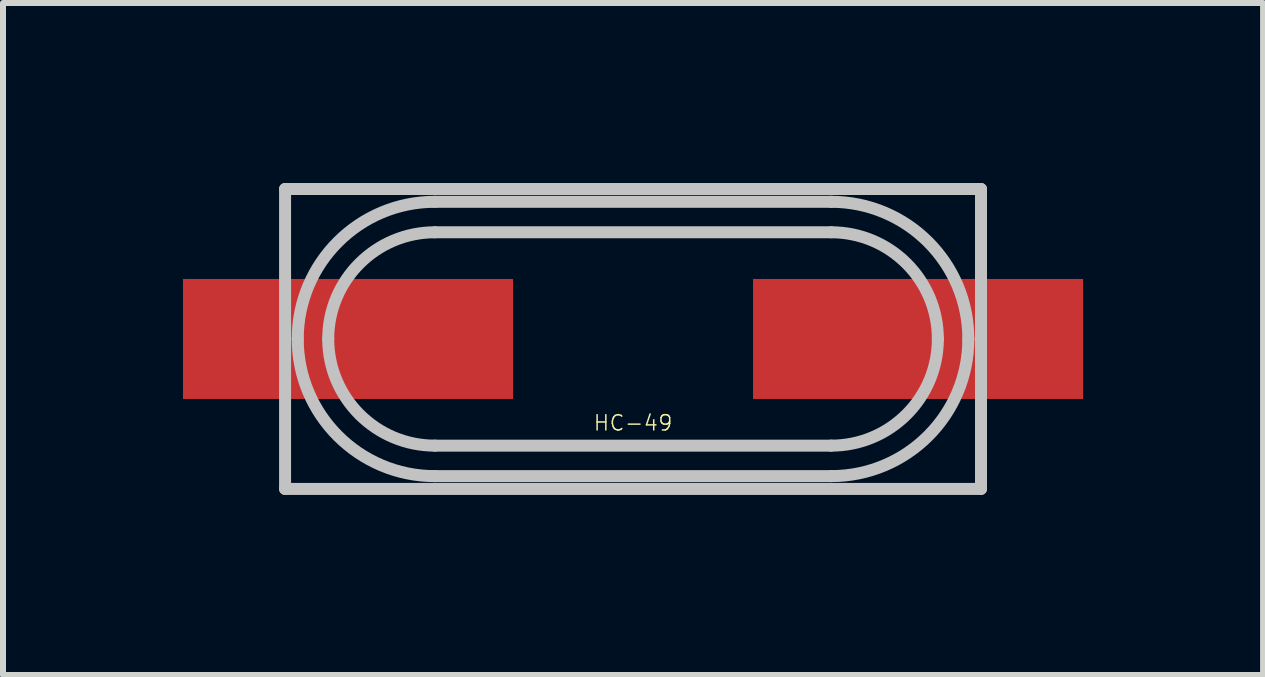
<source format=kicad_pcb>
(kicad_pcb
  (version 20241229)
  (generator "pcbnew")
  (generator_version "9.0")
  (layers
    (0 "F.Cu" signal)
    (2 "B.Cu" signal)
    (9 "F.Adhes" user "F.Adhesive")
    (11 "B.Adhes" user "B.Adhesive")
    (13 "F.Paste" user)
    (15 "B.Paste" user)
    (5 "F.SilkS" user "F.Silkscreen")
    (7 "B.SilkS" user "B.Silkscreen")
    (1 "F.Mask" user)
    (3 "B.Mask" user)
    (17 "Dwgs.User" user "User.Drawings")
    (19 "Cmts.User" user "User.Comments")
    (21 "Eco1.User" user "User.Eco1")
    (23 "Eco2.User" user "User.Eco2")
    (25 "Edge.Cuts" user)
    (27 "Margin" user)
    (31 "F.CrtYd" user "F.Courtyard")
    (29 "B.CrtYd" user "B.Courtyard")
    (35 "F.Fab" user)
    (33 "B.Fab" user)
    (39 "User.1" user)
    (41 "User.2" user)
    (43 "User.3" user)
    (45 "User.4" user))
  (footprint "HC-49"
    (layer "F.Cu")
    (at 7.5 2.599)
    (property "Reference" "HC-49" (at 0 1.4 0) (layer "F.SilkS") (effects (font (size 0.254 0.254) (thickness 0.025))))
    (attr smd)
    (fp_line (start -5.799 -2.499) (end -5.799 2.499) (stroke (width 0.2) (type solid)) (layer "Dwgs.User"))
    (fp_line (start -5.799 2.499) (end 5.799 2.499) (stroke (width 0.2) (type solid)) (layer "Dwgs.User"))
    (fp_line (start -3.302 -2.286) (end 3.302 -2.286) (stroke (width 0.2) (type solid)) (layer "Dwgs.User"))
    (fp_line (start -3.302 1.778) (end 3.302 1.778) (stroke (width 0.2) (type solid)) (layer "Dwgs.User"))
    (fp_line (start 3.302 -1.778) (end -3.302 -1.778) (stroke (width 0.2) (type solid)) (layer "Dwgs.User"))
    (fp_line (start 3.302 2.286) (end -3.302 2.286) (stroke (width 0.2) (type solid)) (layer "Dwgs.User"))
    (fp_line (start 5.799 -2.499) (end -5.799 -2.499) (stroke (width 0.2) (type solid)) (layer "Dwgs.User"))
    (fp_line (start 5.799 2.499) (end 5.799 -2.499) (stroke (width 0.2) (type solid)) (layer "Dwgs.User"))
    (fp_arc (start -5.588 0) (mid -4.918446 -1.616446) (end -3.302 -2.286) (stroke (width 0.2) (type solid)) (layer "Dwgs.User"))
    (fp_arc (start -5.08 0) (mid -4.559236 -1.257236) (end -3.302 -1.778) (stroke (width 0.2) (type solid)) (layer "Dwgs.User"))
    (fp_arc (start -3.302 1.778) (mid -4.559236 1.257236) (end -5.08 0) (stroke (width 0.2) (type solid)) (layer "Dwgs.User"))
    (fp_arc (start -3.302 2.286) (mid -4.918446 1.616446) (end -5.588 0) (stroke (width 0.2) (type solid)) (layer "Dwgs.User"))
    (fp_arc (start 3.302 -2.286) (mid 4.918446 -1.616446) (end 5.588 0) (stroke (width 0.2) (type solid)) (layer "Dwgs.User"))
    (fp_arc (start 3.302 -1.778) (mid 4.559236 -1.257236) (end 5.08 0) (stroke (width 0.2) (type solid)) (layer "Dwgs.User"))
    (fp_arc (start 5.08 0) (mid 4.559236 1.257236) (end 3.302 1.778) (stroke (width 0.2) (type solid)) (layer "Dwgs.User"))
    (fp_arc (start 5.588 0) (mid 4.918446 1.616446) (end 3.302 2.286) (stroke (width 0.2) (type solid)) (layer "Dwgs.User"))
    (pad "1" smd rect (at -4.75 0) (size 5.5 2) (layers "F.Cu" "F.Mask" "F.Paste"))
    (pad "2" smd rect (at 4.75 0) (size 5.5 2) (layers "F.Cu" "F.Mask" "F.Paste")))
  (gr_rect
    (start -3 -3)
    (end 18 8.199)
    (stroke (width 0.1) (type default))
    (fill no)
    (layer "Edge.Cuts")))
</source>
